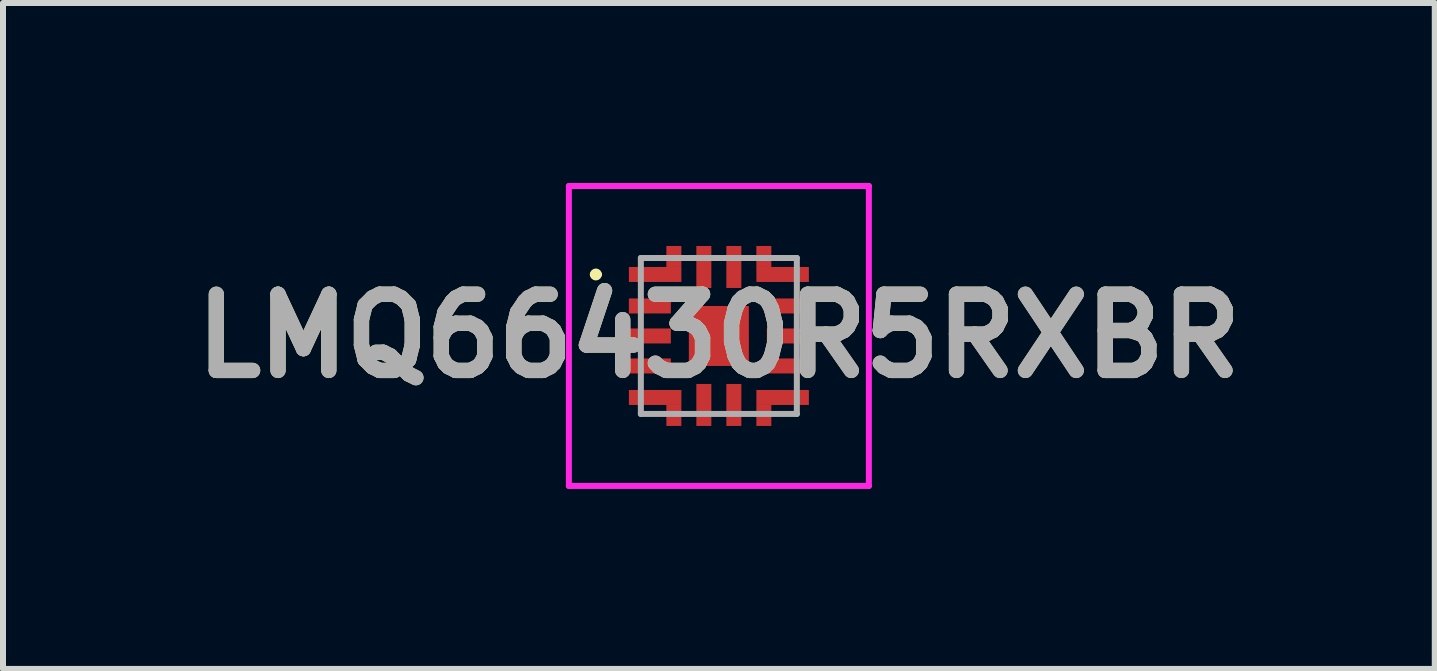
<source format=kicad_pcb>
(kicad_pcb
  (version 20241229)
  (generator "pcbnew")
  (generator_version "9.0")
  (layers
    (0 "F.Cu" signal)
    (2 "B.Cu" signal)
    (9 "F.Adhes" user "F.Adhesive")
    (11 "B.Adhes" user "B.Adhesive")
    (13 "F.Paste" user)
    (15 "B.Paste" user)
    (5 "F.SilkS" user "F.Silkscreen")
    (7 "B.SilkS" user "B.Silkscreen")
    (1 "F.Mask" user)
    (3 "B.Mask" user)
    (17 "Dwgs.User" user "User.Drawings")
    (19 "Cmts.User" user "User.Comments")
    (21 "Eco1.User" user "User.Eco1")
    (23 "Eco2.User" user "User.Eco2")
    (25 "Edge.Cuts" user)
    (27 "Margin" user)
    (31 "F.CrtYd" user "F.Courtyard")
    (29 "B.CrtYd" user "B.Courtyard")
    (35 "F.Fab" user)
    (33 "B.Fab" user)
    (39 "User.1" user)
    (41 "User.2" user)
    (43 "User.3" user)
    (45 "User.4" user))
  (footprint "LMQ66430R5RXBR"
    (layer "F.Cu")
    (at 8.932 2.55)
    (property "Reference" "LMQ66430R5RXBR" (at 0 0 0) (layer "F.SilkS") (effects (font (size 1.27 1.27) (thickness 0.254))))
    (attr smd)
    (fp_line (start -2.1 -1.025) (end -2.1 -1.025) (stroke (width 0.1) (type solid)) (layer "F.SilkS"))
    (fp_line (start -2 -1.025) (end -2 -1.025) (stroke (width 0.1) (type solid)) (layer "F.SilkS"))
    (fp_arc (start -2.1 -1.025) (mid -2.05 -1.075) (end -2 -1.025) (stroke (width 0.1) (type solid)) (layer "F.SilkS"))
    (fp_arc (start -2 -1.025) (mid -2.05 -0.975) (end -2.1 -1.025) (stroke (width 0.1) (type solid)) (layer "F.SilkS"))
    (fp_line (start -2.5 -2.5) (end 2.5 -2.5) (stroke (width 0.1) (type solid)) (layer "F.CrtYd"))
    (fp_line (start -2.5 2.5) (end -2.5 -2.5) (stroke (width 0.1) (type solid)) (layer "F.CrtYd"))
    (fp_line (start 2.5 -2.5) (end 2.5 2.5) (stroke (width 0.1) (type solid)) (layer "F.CrtYd"))
    (fp_line (start 2.5 2.5) (end -2.5 2.5) (stroke (width 0.1) (type solid)) (layer "F.CrtYd"))
    (fp_line (start -1.3 -1.3) (end 1.3 -1.3) (stroke (width 0.1) (type solid)) (layer "F.Fab"))
    (fp_line (start -1.3 1.3) (end -1.3 -1.3) (stroke (width 0.1) (type solid)) (layer "F.Fab"))
    (fp_line (start 1.3 -1.3) (end 1.3 1.3) (stroke (width 0.1) (type solid)) (layer "F.Fab"))
    (fp_line (start 1.3 1.3) (end -1.3 1.3) (stroke (width 0.1) (type solid)) (layer "F.Fab"))
    (fp_text user "${REFERENCE}" (at 0 0 0) (layer "F.Fab") (effects (font (size 1.27 1.27) (thickness 0.254))))
    (pad "1" smd rect (at -1.062 -1.025 90) (size 0.25 0.875) (layers "F.Cu" "F.Mask" "F.Paste"))
    (pad "2" smd rect (at -1.15 -0.5 90) (size 0.25 0.7) (layers "F.Cu" "F.Mask" "F.Paste"))
    (pad "3" smd rect (at -1.15 0 90) (size 0.25 0.7) (layers "F.Cu" "F.Mask" "F.Paste"))
    (pad "4" smd rect (at -1.15 0.5 90) (size 0.25 0.7) (layers "F.Cu" "F.Mask" "F.Paste"))
    (pad "5" smd rect (at -1.062 1.025 90) (size 0.25 0.875) (layers "F.Cu" "F.Mask" "F.Paste"))
    (pad "6" smd rect (at -0.25 1.15) (size 0.25 0.7) (layers "F.Cu" "F.Mask" "F.Paste"))
    (pad "7" smd rect (at 0.25 1.15) (size 0.25 0.7) (layers "F.Cu" "F.Mask" "F.Paste"))
    (pad "8" smd rect (at 1.063 1.025 90) (size 0.25 0.875) (layers "F.Cu" "F.Mask" "F.Paste"))
    (pad "9" smd rect (at 1.15 0.5 90) (size 0.25 0.7) (layers "F.Cu" "F.Mask" "F.Paste"))
    (pad "10" smd rect (at 1.15 0 90) (size 0.25 0.7) (layers "F.Cu" "F.Mask" "F.Paste"))
    (pad "11" smd rect (at 1.15 -0.5 90) (size 0.25 0.7) (layers "F.Cu" "F.Mask" "F.Paste"))
    (pad "12" smd rect (at 1.063 -1.025 90) (size 0.25 0.875) (layers "F.Cu" "F.Mask" "F.Paste"))
    (pad "13" smd rect (at 0.25 -1.15) (size 0.25 0.7) (layers "F.Cu" "F.Mask" "F.Paste"))
    (pad "14" smd rect (at -0.25 -1.15) (size 0.25 0.7) (layers "F.Cu" "F.Mask" "F.Paste"))
    (pad "15" smd rect (at 0 0) (size 1 1) (layers "F.Cu" "F.Mask" "F.Paste"))
    (pad "16" smd rect (at -0.75 -1.325) (size 0.25 0.35) (layers "F.Cu" "F.Mask" "F.Paste"))
    (pad "17" smd rect (at -0.75 1.325) (size 0.25 0.35) (layers "F.Cu" "F.Mask" "F.Paste"))
    (pad "18" smd rect (at 0.75 1.325) (size 0.25 0.35) (layers "F.Cu" "F.Mask" "F.Paste"))
    (pad "19" smd rect (at 0.75 -1.325) (size 0.25 0.35) (layers "F.Cu" "F.Mask" "F.Paste")))
  (gr_rect
    (start -3 -3)
    (end 20.865 8.1)
    (stroke (width 0.1) (type default))
    (fill no)
    (layer "Edge.Cuts")))
</source>
